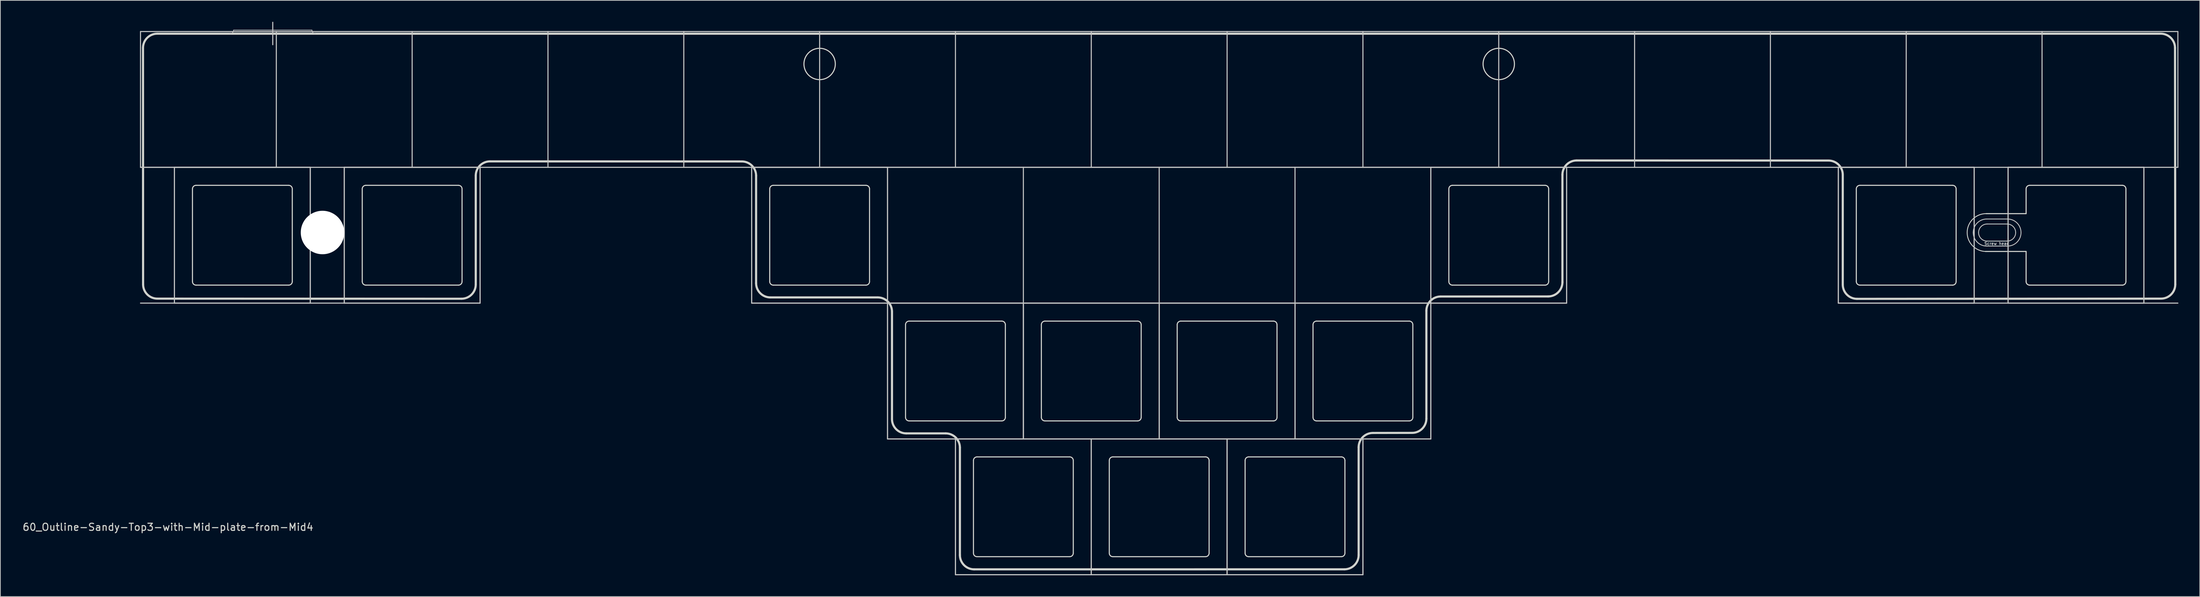
<source format=kicad_pcb>
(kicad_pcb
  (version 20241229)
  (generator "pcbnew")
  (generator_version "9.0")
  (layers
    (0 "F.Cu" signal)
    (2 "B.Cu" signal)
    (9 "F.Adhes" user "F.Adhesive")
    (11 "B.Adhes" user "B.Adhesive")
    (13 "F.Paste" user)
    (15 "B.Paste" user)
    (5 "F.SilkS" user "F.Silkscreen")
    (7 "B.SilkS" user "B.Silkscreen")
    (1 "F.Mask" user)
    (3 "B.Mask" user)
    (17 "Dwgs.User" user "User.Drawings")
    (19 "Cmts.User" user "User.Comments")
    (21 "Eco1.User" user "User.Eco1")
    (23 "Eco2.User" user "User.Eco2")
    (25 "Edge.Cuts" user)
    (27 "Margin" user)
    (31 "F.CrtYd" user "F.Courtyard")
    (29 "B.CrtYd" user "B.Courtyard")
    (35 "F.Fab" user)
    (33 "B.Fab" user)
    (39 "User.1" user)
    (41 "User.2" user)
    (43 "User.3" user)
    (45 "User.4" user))
  (footprint "60_Outline-Sandy-Top3-with-Mid-plate-from-Mid4"
    (layer "F.Cu")
    (at 159.531 39.475)
    (property "Reference" "60_Outline-Sandy-Top3-with-Mid-plate-from-Mid4" (at -139.025 31.425 0) (layer "Edge.Cuts") (effects (font (size 1 1) (thickness 0.15))))
    (attr through_hole)
    (fp_line (start -142.875 -38.1) (end -123.825 -38.1) (stroke (width 0.15) (type solid)) (layer "Dwgs.User"))
    (fp_line (start -142.875 -19.05) (end -142.875 -38.1) (stroke (width 0.15) (type solid)) (layer "Dwgs.User"))
    (fp_line (start -142.875 0) (end -114.3 0) (stroke (width 0.15) (type solid)) (layer "Dwgs.User"))
    (fp_line (start -138.113 -19.05) (end -119.062 -19.05) (stroke (width 0.15) (type solid)) (layer "Dwgs.User"))
    (fp_line (start -138.113 -19.05) (end -119.062 -19.05) (stroke (width 0.15) (type solid)) (layer "Dwgs.User"))
    (fp_line (start -138.113 0) (end -138.113 -19.05) (stroke (width 0.15) (type solid)) (layer "Dwgs.User"))
    (fp_line (start -138.113 0) (end -138.113 -19.05) (stroke (width 0.15) (type solid)) (layer "Dwgs.User"))
    (fp_line (start -129.825 -38.3) (end -118.825 -38.3) (stroke (width 0.1) (type solid)) (layer "Dwgs.User"))
    (fp_line (start -124.325 -39.4) (end -124.325 -36.25) (stroke (width 0.15) (type solid)) (layer "Dwgs.User"))
    (fp_line (start -123.825 -38.1) (end -123.825 -19.05) (stroke (width 0.15) (type solid)) (layer "Dwgs.User"))
    (fp_line (start -123.825 -38.1) (end -104.775 -38.1) (stroke (width 0.15) (type solid)) (layer "Dwgs.User"))
    (fp_line (start -123.825 -19.05) (end -142.875 -19.05) (stroke (width 0.15) (type solid)) (layer "Dwgs.User"))
    (fp_line (start -123.825 -19.05) (end -142.875 -19.05) (stroke (width 0.15) (type solid)) (layer "Dwgs.User"))
    (fp_line (start -119.062 -19.05) (end -119.062 0) (stroke (width 0.15) (type solid)) (layer "Dwgs.User"))
    (fp_line (start -119.062 -19.05) (end -119.062 0) (stroke (width 0.15) (type solid)) (layer "Dwgs.User"))
    (fp_line (start -119.062 0) (end -138.113 0) (stroke (width 0.15) (type solid)) (layer "Dwgs.User"))
    (fp_line (start -114.3 -19.05) (end -95.25 -19.05) (stroke (width 0.15) (type solid)) (layer "Dwgs.User"))
    (fp_line (start -114.3 -19.05) (end -95.25 -19.05) (stroke (width 0.15) (type solid)) (layer "Dwgs.User"))
    (fp_line (start -114.3 0) (end -114.3 -19.05) (stroke (width 0.15) (type solid)) (layer "Dwgs.User"))
    (fp_line (start -114.3 0) (end -114.3 -19.05) (stroke (width 0.15) (type solid)) (layer "Dwgs.User"))
    (fp_line (start -104.775 -38.1) (end -85.725 -38.1) (stroke (width 0.15) (type solid)) (layer "Dwgs.User"))
    (fp_line (start -104.775 -19.05) (end -123.825 -19.05) (stroke (width 0.15) (type solid)) (layer "Dwgs.User"))
    (fp_line (start -104.775 -19.05) (end -104.775 -38.1) (stroke (width 0.15) (type solid)) (layer "Dwgs.User"))
    (fp_line (start -95.25 -19.05) (end -95.25 0) (stroke (width 0.15) (type solid)) (layer "Dwgs.User"))
    (fp_line (start -95.25 -19.05) (end -95.25 0) (stroke (width 0.15) (type solid)) (layer "Dwgs.User"))
    (fp_line (start -95.25 0) (end -114.3 0) (stroke (width 0.15) (type solid)) (layer "Dwgs.User"))
    (fp_line (start -95.25 0) (end -114.3 0) (stroke (width 0.15) (type solid)) (layer "Dwgs.User"))
    (fp_line (start -85.725 -38.1) (end -85.725 -19.05) (stroke (width 0.15) (type solid)) (layer "Dwgs.User"))
    (fp_line (start -85.725 -38.1) (end -66.675 -38.1) (stroke (width 0.15) (type solid)) (layer "Dwgs.User"))
    (fp_line (start -85.725 -19.05) (end -104.775 -19.05) (stroke (width 0.15) (type solid)) (layer "Dwgs.User"))
    (fp_line (start -66.675 -38.1) (end -66.675 -19.05) (stroke (width 0.15) (type solid)) (layer "Dwgs.User"))
    (fp_line (start -66.675 -38.1) (end -47.625 -38.1) (stroke (width 0.15) (type solid)) (layer "Dwgs.User"))
    (fp_line (start -66.675 -19.05) (end -85.725 -19.05) (stroke (width 0.15) (type solid)) (layer "Dwgs.User"))
    (fp_line (start -57.15 -19.05) (end -38.1 -19.05) (stroke (width 0.15) (type solid)) (layer "Dwgs.User"))
    (fp_line (start -57.15 -19.05) (end -38.1 -19.05) (stroke (width 0.15) (type solid)) (layer "Dwgs.User"))
    (fp_line (start -57.15 0) (end -57.15 -19.05) (stroke (width 0.15) (type solid)) (layer "Dwgs.User"))
    (fp_line (start -57.15 0) (end -57.15 -19.05) (stroke (width 0.15) (type solid)) (layer "Dwgs.User"))
    (fp_line (start -47.625 -38.1) (end -28.575 -38.1) (stroke (width 0.15) (type solid)) (layer "Dwgs.User"))
    (fp_line (start -47.625 -19.05) (end -66.675 -19.05) (stroke (width 0.15) (type solid)) (layer "Dwgs.User"))
    (fp_line (start -47.625 -19.05) (end -47.625 -38.1) (stroke (width 0.15) (type solid)) (layer "Dwgs.User"))
    (fp_line (start -38.1 -19.05) (end -38.1 0) (stroke (width 0.15) (type solid)) (layer "Dwgs.User"))
    (fp_line (start -38.1 -19.05) (end -19.05 -19.05) (stroke (width 0.15) (type solid)) (layer "Dwgs.User"))
    (fp_line (start -38.1 0) (end -57.15 0) (stroke (width 0.15) (type solid)) (layer "Dwgs.User"))
    (fp_line (start -38.1 0) (end -57.15 0) (stroke (width 0.15) (type solid)) (layer "Dwgs.User"))
    (fp_line (start -38.1 0) (end -38.1 -19.05) (stroke (width 0.15) (type solid)) (layer "Dwgs.User"))
    (fp_line (start -38.1 0) (end -19.05 0) (stroke (width 0.15) (type solid)) (layer "Dwgs.User"))
    (fp_line (start -38.1 0) (end -19.05 0) (stroke (width 0.15) (type solid)) (layer "Dwgs.User"))
    (fp_line (start -38.1 19.05) (end -38.1 0) (stroke (width 0.15) (type solid)) (layer "Dwgs.User"))
    (fp_line (start -38.1 19.05) (end -38.1 0) (stroke (width 0.15) (type solid)) (layer "Dwgs.User"))
    (fp_line (start -28.575 -38.1) (end -9.525 -38.1) (stroke (width 0.15) (type solid)) (layer "Dwgs.User"))
    (fp_line (start -28.575 -19.05) (end -47.625 -19.05) (stroke (width 0.15) (type solid)) (layer "Dwgs.User"))
    (fp_line (start -28.575 -19.05) (end -28.575 -38.1) (stroke (width 0.15) (type solid)) (layer "Dwgs.User"))
    (fp_line (start -28.575 19.05) (end -9.525 19.05) (stroke (width 0.15) (type solid)) (layer "Dwgs.User"))
    (fp_line (start -28.575 19.05) (end -9.525 19.05) (stroke (width 0.15) (type solid)) (layer "Dwgs.User"))
    (fp_line (start -28.575 38.1) (end -28.575 19.05) (stroke (width 0.15) (type solid)) (layer "Dwgs.User"))
    (fp_line (start -28.575 38.1) (end -28.575 19.05) (stroke (width 0.15) (type solid)) (layer "Dwgs.User"))
    (fp_line (start -19.05 -19.05) (end -19.05 0) (stroke (width 0.15) (type solid)) (layer "Dwgs.User"))
    (fp_line (start -19.05 -19.05) (end 0 -19.05) (stroke (width 0.15) (type solid)) (layer "Dwgs.User"))
    (fp_line (start -19.05 0) (end -38.1 0) (stroke (width 0.15) (type solid)) (layer "Dwgs.User"))
    (fp_line (start -19.05 0) (end -19.05 19.05) (stroke (width 0.15) (type solid)) (layer "Dwgs.User"))
    (fp_line (start -19.05 0) (end 0 0) (stroke (width 0.15) (type solid)) (layer "Dwgs.User"))
    (fp_line (start -19.05 0) (end 0 0) (stroke (width 0.15) (type solid)) (layer "Dwgs.User"))
    (fp_line (start -19.05 19.05) (end -38.1 19.05) (stroke (width 0.15) (type solid)) (layer "Dwgs.User"))
    (fp_line (start -19.05 19.05) (end -38.1 19.05) (stroke (width 0.15) (type solid)) (layer "Dwgs.User"))
    (fp_line (start -19.05 19.05) (end -19.05 0) (stroke (width 0.15) (type solid)) (layer "Dwgs.User"))
    (fp_line (start -19.05 19.05) (end -19.05 0) (stroke (width 0.15) (type solid)) (layer "Dwgs.User"))
    (fp_line (start -9.525 -38.1) (end 9.525 -38.1) (stroke (width 0.15) (type solid)) (layer "Dwgs.User"))
    (fp_line (start -9.525 -19.05) (end -28.575 -19.05) (stroke (width 0.15) (type solid)) (layer "Dwgs.User"))
    (fp_line (start -9.525 -19.05) (end -9.525 -38.1) (stroke (width 0.15) (type solid)) (layer "Dwgs.User"))
    (fp_line (start -9.525 19.05) (end -9.525 38.1) (stroke (width 0.15) (type solid)) (layer "Dwgs.User"))
    (fp_line (start -9.525 19.05) (end 9.525 19.05) (stroke (width 0.15) (type solid)) (layer "Dwgs.User"))
    (fp_line (start -9.525 19.05) (end 9.525 19.05) (stroke (width 0.15) (type solid)) (layer "Dwgs.User"))
    (fp_line (start -9.525 38.1) (end -28.575 38.1) (stroke (width 0.15) (type solid)) (layer "Dwgs.User"))
    (fp_line (start -9.525 38.1) (end -28.575 38.1) (stroke (width 0.15) (type solid)) (layer "Dwgs.User"))
    (fp_line (start -9.525 38.1) (end -9.525 19.05) (stroke (width 0.15) (type solid)) (layer "Dwgs.User"))
    (fp_line (start -9.525 38.1) (end -9.525 19.05) (stroke (width 0.15) (type solid)) (layer "Dwgs.User"))
    (fp_line (start 0 -19.05) (end 0 0) (stroke (width 0.15) (type solid)) (layer "Dwgs.User"))
    (fp_line (start 0 -19.05) (end 19.05 -19.05) (stroke (width 0.15) (type solid)) (layer "Dwgs.User"))
    (fp_line (start 0 0) (end -19.05 0) (stroke (width 0.15) (type solid)) (layer "Dwgs.User"))
    (fp_line (start 0 0) (end 0 19.05) (stroke (width 0.15) (type solid)) (layer "Dwgs.User"))
    (fp_line (start 0 0) (end 19.05 0) (stroke (width 0.15) (type solid)) (layer "Dwgs.User"))
    (fp_line (start 0 0) (end 19.05 0) (stroke (width 0.15) (type solid)) (layer "Dwgs.User"))
    (fp_line (start 0 19.05) (end -19.05 19.05) (stroke (width 0.15) (type solid)) (layer "Dwgs.User"))
    (fp_line (start 0 19.05) (end -19.05 19.05) (stroke (width 0.15) (type solid)) (layer "Dwgs.User"))
    (fp_line (start 0 19.05) (end 0 0) (stroke (width 0.15) (type solid)) (layer "Dwgs.User"))
    (fp_line (start 0 19.05) (end 0 0) (stroke (width 0.15) (type solid)) (layer "Dwgs.User"))
    (fp_line (start 9.525 -38.1) (end 28.575 -38.1) (stroke (width 0.15) (type solid)) (layer "Dwgs.User"))
    (fp_line (start 9.525 -19.05) (end -9.525 -19.05) (stroke (width 0.15) (type solid)) (layer "Dwgs.User"))
    (fp_line (start 9.525 -19.05) (end 9.525 -38.1) (stroke (width 0.15) (type solid)) (layer "Dwgs.User"))
    (fp_line (start 9.525 19.05) (end 9.525 38.1) (stroke (width 0.15) (type solid)) (layer "Dwgs.User"))
    (fp_line (start 9.525 19.05) (end 28.575 19.05) (stroke (width 0.15) (type solid)) (layer "Dwgs.User"))
    (fp_line (start 9.525 19.05) (end 28.575 19.05) (stroke (width 0.15) (type solid)) (layer "Dwgs.User"))
    (fp_line (start 9.525 38.1) (end -9.525 38.1) (stroke (width 0.15) (type solid)) (layer "Dwgs.User"))
    (fp_line (start 9.525 38.1) (end -9.525 38.1) (stroke (width 0.15) (type solid)) (layer "Dwgs.User"))
    (fp_line (start 9.525 38.1) (end 9.525 19.05) (stroke (width 0.15) (type solid)) (layer "Dwgs.User"))
    (fp_line (start 9.525 38.1) (end 9.525 19.05) (stroke (width 0.15) (type solid)) (layer "Dwgs.User"))
    (fp_line (start 19.05 -19.05) (end 38.1 -19.05) (stroke (width 0.15) (type solid)) (layer "Dwgs.User"))
    (fp_line (start 19.05 0) (end 0 0) (stroke (width 0.15) (type solid)) (layer "Dwgs.User"))
    (fp_line (start 19.05 0) (end 19.05 -19.05) (stroke (width 0.15) (type solid)) (layer "Dwgs.User"))
    (fp_line (start 19.05 0) (end 19.05 19.05) (stroke (width 0.15) (type solid)) (layer "Dwgs.User"))
    (fp_line (start 19.05 0) (end 38.1 0) (stroke (width 0.15) (type solid)) (layer "Dwgs.User"))
    (fp_line (start 19.05 0) (end 38.1 0) (stroke (width 0.15) (type solid)) (layer "Dwgs.User"))
    (fp_line (start 19.05 19.05) (end 0 19.05) (stroke (width 0.15) (type solid)) (layer "Dwgs.User"))
    (fp_line (start 19.05 19.05) (end 0 19.05) (stroke (width 0.15) (type solid)) (layer "Dwgs.User"))
    (fp_line (start 19.05 19.05) (end 19.05 0) (stroke (width 0.15) (type solid)) (layer "Dwgs.User"))
    (fp_line (start 19.05 19.05) (end 19.05 0) (stroke (width 0.15) (type solid)) (layer "Dwgs.User"))
    (fp_line (start 28.575 -38.1) (end 47.625 -38.1) (stroke (width 0.15) (type solid)) (layer "Dwgs.User"))
    (fp_line (start 28.575 -19.05) (end 9.525 -19.05) (stroke (width 0.15) (type solid)) (layer "Dwgs.User"))
    (fp_line (start 28.575 -19.05) (end 28.575 -38.1) (stroke (width 0.15) (type solid)) (layer "Dwgs.User"))
    (fp_line (start 28.575 19.05) (end 28.575 38.1) (stroke (width 0.15) (type solid)) (layer "Dwgs.User"))
    (fp_line (start 28.575 19.05) (end 28.575 38.1) (stroke (width 0.15) (type solid)) (layer "Dwgs.User"))
    (fp_line (start 28.575 38.1) (end 9.525 38.1) (stroke (width 0.15) (type solid)) (layer "Dwgs.User"))
    (fp_line (start 28.575 38.1) (end 9.525 38.1) (stroke (width 0.15) (type solid)) (layer "Dwgs.User"))
    (fp_line (start 38.1 -19.05) (end 38.1 0) (stroke (width 0.15) (type solid)) (layer "Dwgs.User"))
    (fp_line (start 38.1 -19.05) (end 57.15 -19.05) (stroke (width 0.15) (type solid)) (layer "Dwgs.User"))
    (fp_line (start 38.1 -19.05) (end 57.15 -19.05) (stroke (width 0.15) (type solid)) (layer "Dwgs.User"))
    (fp_line (start 38.1 0) (end 19.05 0) (stroke (width 0.15) (type solid)) (layer "Dwgs.User"))
    (fp_line (start 38.1 0) (end 38.1 -19.05) (stroke (width 0.15) (type solid)) (layer "Dwgs.User"))
    (fp_line (start 38.1 0) (end 38.1 19.05) (stroke (width 0.15) (type solid)) (layer "Dwgs.User"))
    (fp_line (start 38.1 0) (end 38.1 19.05) (stroke (width 0.15) (type solid)) (layer "Dwgs.User"))
    (fp_line (start 38.1 19.05) (end 19.05 19.05) (stroke (width 0.15) (type solid)) (layer "Dwgs.User"))
    (fp_line (start 38.1 19.05) (end 19.05 19.05) (stroke (width 0.15) (type solid)) (layer "Dwgs.User"))
    (fp_line (start 47.625 -38.1) (end 66.675 -38.1) (stroke (width 0.15) (type solid)) (layer "Dwgs.User"))
    (fp_line (start 47.625 -19.05) (end 28.575 -19.05) (stroke (width 0.15) (type solid)) (layer "Dwgs.User"))
    (fp_line (start 47.625 -19.05) (end 47.625 -38.1) (stroke (width 0.15) (type solid)) (layer "Dwgs.User"))
    (fp_line (start 57.15 -19.05) (end 57.15 0) (stroke (width 0.15) (type solid)) (layer "Dwgs.User"))
    (fp_line (start 57.15 -19.05) (end 57.15 0) (stroke (width 0.15) (type solid)) (layer "Dwgs.User"))
    (fp_line (start 57.15 0) (end 38.1 0) (stroke (width 0.15) (type solid)) (layer "Dwgs.User"))
    (fp_line (start 57.15 0) (end 38.1 0) (stroke (width 0.15) (type solid)) (layer "Dwgs.User"))
    (fp_line (start 66.675 -38.1) (end 85.725 -38.1) (stroke (width 0.15) (type solid)) (layer "Dwgs.User"))
    (fp_line (start 66.675 -19.05) (end 47.625 -19.05) (stroke (width 0.15) (type solid)) (layer "Dwgs.User"))
    (fp_line (start 66.675 -19.05) (end 66.675 -38.1) (stroke (width 0.15) (type solid)) (layer "Dwgs.User"))
    (fp_line (start 85.725 -38.1) (end 85.725 -19.05) (stroke (width 0.15) (type solid)) (layer "Dwgs.User"))
    (fp_line (start 85.725 -38.1) (end 104.775 -38.1) (stroke (width 0.15) (type solid)) (layer "Dwgs.User"))
    (fp_line (start 85.725 -19.05) (end 66.675 -19.05) (stroke (width 0.15) (type solid)) (layer "Dwgs.User"))
    (fp_line (start 95.25 -19.05) (end 114.3 -19.05) (stroke (width 0.15) (type solid)) (layer "Dwgs.User"))
    (fp_line (start 95.25 -19.05) (end 114.3 -19.05) (stroke (width 0.15) (type solid)) (layer "Dwgs.User"))
    (fp_line (start 95.25 0) (end 95.25 -19.05) (stroke (width 0.15) (type solid)) (layer "Dwgs.User"))
    (fp_line (start 95.25 0) (end 95.25 -19.05) (stroke (width 0.15) (type solid)) (layer "Dwgs.User"))
    (fp_line (start 104.775 -38.1) (end 104.775 -19.05) (stroke (width 0.15) (type solid)) (layer "Dwgs.User"))
    (fp_line (start 104.775 -38.1) (end 123.825 -38.1) (stroke (width 0.15) (type solid)) (layer "Dwgs.User"))
    (fp_line (start 104.775 -19.05) (end 85.725 -19.05) (stroke (width 0.15) (type solid)) (layer "Dwgs.User"))
    (fp_line (start 114.3 -19.05) (end 114.3 0) (stroke (width 0.15) (type solid)) (layer "Dwgs.User"))
    (fp_line (start 114.3 -19.05) (end 114.3 0) (stroke (width 0.15) (type solid)) (layer "Dwgs.User"))
    (fp_line (start 114.3 0) (end 95.25 0) (stroke (width 0.15) (type solid)) (layer "Dwgs.User"))
    (fp_line (start 114.3 0) (end 95.25 0) (stroke (width 0.15) (type solid)) (layer "Dwgs.User"))
    (fp_line (start 114.3 0) (end 142.875 0) (stroke (width 0.15) (type solid)) (layer "Dwgs.User"))
    (fp_line (start 116.075 -11.8) (end 118.975 -11.8) (stroke (width 0.12) (type solid)) (layer "Dwgs.User"))
    (fp_line (start 116.075 -8) (end 118.975 -8) (stroke (width 0.12) (type solid)) (layer "Dwgs.User"))
    (fp_line (start 116.123 -11.099) (end 118.923 -11.099) (stroke (width 0.12) (type solid)) (layer "Dwgs.User"))
    (fp_line (start 118.923 -8.699) (end 116.123 -8.699) (stroke (width 0.12) (type solid)) (layer "Dwgs.User"))
    (fp_line (start 119.062 -19.05) (end 138.113 -19.05) (stroke (width 0.15) (type solid)) (layer "Dwgs.User"))
    (fp_line (start 119.062 -19.05) (end 138.113 -19.05) (stroke (width 0.15) (type solid)) (layer "Dwgs.User"))
    (fp_line (start 119.062 0) (end 119.062 -19.05) (stroke (width 0.15) (type solid)) (layer "Dwgs.User"))
    (fp_line (start 119.062 0) (end 119.062 -19.05) (stroke (width 0.15) (type solid)) (layer "Dwgs.User"))
    (fp_line (start 123.825 -38.1) (end 123.825 -19.05) (stroke (width 0.15) (type solid)) (layer "Dwgs.User"))
    (fp_line (start 123.825 -38.1) (end 142.875 -38.1) (stroke (width 0.15) (type solid)) (layer "Dwgs.User"))
    (fp_line (start 123.825 -19.05) (end 104.775 -19.05) (stroke (width 0.15) (type solid)) (layer "Dwgs.User"))
    (fp_line (start 138.113 -19.05) (end 138.113 0) (stroke (width 0.15) (type solid)) (layer "Dwgs.User"))
    (fp_line (start 138.113 -19.05) (end 138.113 0) (stroke (width 0.15) (type solid)) (layer "Dwgs.User"))
    (fp_line (start 138.113 0) (end 119.062 0) (stroke (width 0.15) (type solid)) (layer "Dwgs.User"))
    (fp_line (start 142.875 -38.1) (end 142.875 -19.05) (stroke (width 0.15) (type solid)) (layer "Dwgs.User"))
    (fp_line (start 142.875 -19.05) (end 123.825 -19.05) (stroke (width 0.15) (type solid)) (layer "Dwgs.User"))
    (fp_arc (start -129.825 -38.30004) (mid -129.971447 -37.946487) (end -130.325 -37.80004) (stroke (width 0.1) (type solid)) (layer "Dwgs.User"))
    (fp_arc (start -118.325 -37.80004) (mid -118.678553 -37.946487) (end -118.825 -38.30004) (stroke (width 0.1) (type solid)) (layer "Dwgs.User"))
    (fp_arc (start 114.175 -9.90004) (mid 114.731494 -11.243549) (end 116.075 -11.80004) (stroke (width 0.12) (type solid)) (layer "Dwgs.User"))
    (fp_arc (start 114.923491 -9.898554) (mid 115.274993 -10.747053) (end 116.123491 -11.098554) (stroke (width 0.12) (type solid)) (layer "Dwgs.User"))
    (fp_arc (start 116.075 -8.00004) (mid 114.731464 -8.556507) (end 114.175 -9.90004) (stroke (width 0.12) (type solid)) (layer "Dwgs.User"))
    (fp_arc (start 116.123491 -8.698554) (mid 115.274999 -9.050059) (end 114.923491 -9.898554) (stroke (width 0.12) (type solid)) (layer "Dwgs.User"))
    (fp_arc (start 118.923491 -11.098554) (mid 119.772056 -10.747115) (end 120.123491 -9.898554) (stroke (width 0.12) (type solid)) (layer "Dwgs.User"))
    (fp_arc (start 118.975 -11.80004) (mid 120.31847 -11.243513) (end 120.875 -9.90004) (stroke (width 0.12) (type solid)) (layer "Dwgs.User"))
    (fp_arc (start 120.123491 -9.898554) (mid 119.772049 -9.049997) (end 118.923491 -8.698554) (stroke (width 0.12) (type solid)) (layer "Dwgs.User"))
    (fp_arc (start 120.875 -9.90004) (mid 120.318499 -8.556544) (end 118.975 -8.00004) (stroke (width 0.12) (type solid)) (layer "Dwgs.User"))
    (fp_circle (center -117.325 -9.9) (end -116.025 -9.9) (stroke (width 0.15) (type solid)) (fill no) (layer "Eco1.User"))
    (fp_circle (center -117.325 -9.9) (end -114.925 -9.9) (stroke (width 0.15) (type solid)) (fill no) (layer "Eco1.User"))
    (fp_line (start -142.511 -2.628) (end -142.525 -35.8) (stroke (width 0.3) (type solid)) (layer "Edge.Cuts"))
    (fp_line (start -140.511 -0.628) (end -97.855 -0.614) (stroke (width 0.3) (type solid)) (layer "Edge.Cuts"))
    (fp_line (start -135.588 -16.025) (end -135.588 -3.025) (stroke (width 0.15) (type solid)) (layer "Edge.Cuts"))
    (fp_line (start -135.088 -16.525) (end -122.088 -16.525) (stroke (width 0.15) (type solid)) (layer "Edge.Cuts"))
    (fp_line (start -135.088 -2.525) (end -122.088 -2.525) (stroke (width 0.15) (type solid)) (layer "Edge.Cuts"))
    (fp_line (start -121.588 -3.025) (end -121.588 -16.025) (stroke (width 0.15) (type solid)) (layer "Edge.Cuts"))
    (fp_line (start -111.775 -16.025) (end -111.775 -3.025) (stroke (width 0.15) (type solid)) (layer "Edge.Cuts"))
    (fp_line (start -111.275 -16.525) (end -98.275 -16.525) (stroke (width 0.15) (type solid)) (layer "Edge.Cuts"))
    (fp_line (start -111.275 -2.525) (end -98.275 -2.525) (stroke (width 0.15) (type solid)) (layer "Edge.Cuts"))
    (fp_line (start -97.775 -3.025) (end -97.775 -16.025) (stroke (width 0.15) (type solid)) (layer "Edge.Cuts"))
    (fp_line (start -95.855 -2.614) (end -95.855 -17.886) (stroke (width 0.3) (type solid)) (layer "Edge.Cuts"))
    (fp_line (start -93.855 -19.886) (end -58.535 -19.875) (stroke (width 0.3) (type solid)) (layer "Edge.Cuts"))
    (fp_line (start -56.535 -2.8) (end -56.535 -17.875) (stroke (width 0.3) (type solid)) (layer "Edge.Cuts"))
    (fp_line (start -54.625 -16.025) (end -54.625 -3.025) (stroke (width 0.15) (type solid)) (layer "Edge.Cuts"))
    (fp_line (start -54.535 -0.8) (end -39.475 -0.8) (stroke (width 0.3) (type solid)) (layer "Edge.Cuts"))
    (fp_line (start -54.125 -16.525) (end -41.125 -16.525) (stroke (width 0.15) (type solid)) (layer "Edge.Cuts"))
    (fp_line (start -54.125 -2.525) (end -41.125 -2.525) (stroke (width 0.15) (type solid)) (layer "Edge.Cuts"))
    (fp_line (start -40.625 -3.025) (end -40.625 -16.025) (stroke (width 0.15) (type solid)) (layer "Edge.Cuts"))
    (fp_line (start -37.475 16.275) (end -37.475 1.2) (stroke (width 0.3) (type solid)) (layer "Edge.Cuts"))
    (fp_line (start -35.575 3.025) (end -35.575 16.025) (stroke (width 0.15) (type solid)) (layer "Edge.Cuts"))
    (fp_line (start -35.475 18.275) (end -29.95 18.275) (stroke (width 0.3) (type solid)) (layer "Edge.Cuts"))
    (fp_line (start -35.075 2.525) (end -22.075 2.525) (stroke (width 0.15) (type solid)) (layer "Edge.Cuts"))
    (fp_line (start -35.075 16.525) (end -22.075 16.525) (stroke (width 0.15) (type solid)) (layer "Edge.Cuts"))
    (fp_line (start -27.95 35.35) (end -27.95 20.275) (stroke (width 0.3) (type solid)) (layer "Edge.Cuts"))
    (fp_line (start -26.05 22.075) (end -26.05 35.075) (stroke (width 0.15) (type solid)) (layer "Edge.Cuts"))
    (fp_line (start -25.95 37.35) (end 25.975 37.346) (stroke (width 0.3) (type solid)) (layer "Edge.Cuts"))
    (fp_line (start -25.55 21.575) (end -12.55 21.575) (stroke (width 0.15) (type solid)) (layer "Edge.Cuts"))
    (fp_line (start -25.55 35.575) (end -12.55 35.575) (stroke (width 0.15) (type solid)) (layer "Edge.Cuts"))
    (fp_line (start -21.575 16.025) (end -21.575 3.025) (stroke (width 0.15) (type solid)) (layer "Edge.Cuts"))
    (fp_line (start -16.525 3.025) (end -16.525 16.025) (stroke (width 0.15) (type solid)) (layer "Edge.Cuts"))
    (fp_line (start -16.025 2.525) (end -3.025 2.525) (stroke (width 0.15) (type solid)) (layer "Edge.Cuts"))
    (fp_line (start -16.025 16.525) (end -3.025 16.525) (stroke (width 0.15) (type solid)) (layer "Edge.Cuts"))
    (fp_line (start -12.05 35.075) (end -12.05 22.075) (stroke (width 0.15) (type solid)) (layer "Edge.Cuts"))
    (fp_line (start -7 22.075) (end -7 35.075) (stroke (width 0.15) (type solid)) (layer "Edge.Cuts"))
    (fp_line (start -6.5 21.575) (end 6.5 21.575) (stroke (width 0.15) (type solid)) (layer "Edge.Cuts"))
    (fp_line (start -6.5 35.575) (end 6.5 35.575) (stroke (width 0.15) (type solid)) (layer "Edge.Cuts"))
    (fp_line (start -2.525 16.025) (end -2.525 3.025) (stroke (width 0.15) (type solid)) (layer "Edge.Cuts"))
    (fp_line (start 2.525 3.025) (end 2.525 16.025) (stroke (width 0.15) (type solid)) (layer "Edge.Cuts"))
    (fp_line (start 3.025 2.525) (end 16.025 2.525) (stroke (width 0.15) (type solid)) (layer "Edge.Cuts"))
    (fp_line (start 3.025 16.525) (end 16.025 16.525) (stroke (width 0.15) (type solid)) (layer "Edge.Cuts"))
    (fp_line (start 7 35.075) (end 7 22.075) (stroke (width 0.15) (type solid)) (layer "Edge.Cuts"))
    (fp_line (start 12.05 22.075) (end 12.05 35.075) (stroke (width 0.15) (type solid)) (layer "Edge.Cuts"))
    (fp_line (start 12.55 21.575) (end 25.55 21.575) (stroke (width 0.15) (type solid)) (layer "Edge.Cuts"))
    (fp_line (start 12.55 35.575) (end 25.55 35.575) (stroke (width 0.15) (type solid)) (layer "Edge.Cuts"))
    (fp_line (start 16.525 16.025) (end 16.525 3.025) (stroke (width 0.15) (type solid)) (layer "Edge.Cuts"))
    (fp_line (start 21.575 3.025) (end 21.575 16.025) (stroke (width 0.15) (type solid)) (layer "Edge.Cuts"))
    (fp_line (start 22.075 2.525) (end 35.075 2.525) (stroke (width 0.15) (type solid)) (layer "Edge.Cuts"))
    (fp_line (start 22.075 16.525) (end 35.075 16.525) (stroke (width 0.15) (type solid)) (layer "Edge.Cuts"))
    (fp_line (start 26.05 35.075) (end 26.05 22.075) (stroke (width 0.15) (type solid)) (layer "Edge.Cuts"))
    (fp_line (start 27.975 35.346) (end 27.975 20.214) (stroke (width 0.3) (type solid)) (layer "Edge.Cuts"))
    (fp_line (start 29.975 18.214) (end 35.475 18.204) (stroke (width 0.3) (type solid)) (layer "Edge.Cuts"))
    (fp_line (start 35.575 16.025) (end 35.575 3.025) (stroke (width 0.15) (type solid)) (layer "Edge.Cuts"))
    (fp_line (start 37.475 16.204) (end 37.475 1.073) (stroke (width 0.3) (type solid)) (layer "Edge.Cuts"))
    (fp_line (start 39.475 -0.927) (end 54.555 -0.937) (stroke (width 0.3) (type solid)) (layer "Edge.Cuts"))
    (fp_line (start 40.625 -16.025) (end 40.625 -3.025) (stroke (width 0.15) (type solid)) (layer "Edge.Cuts"))
    (fp_line (start 41.125 -16.525) (end 54.125 -16.525) (stroke (width 0.15) (type solid)) (layer "Edge.Cuts"))
    (fp_line (start 41.125 -2.525) (end 54.125 -2.525) (stroke (width 0.15) (type solid)) (layer "Edge.Cuts"))
    (fp_line (start 54.625 -3.025) (end 54.625 -16.025) (stroke (width 0.15) (type solid)) (layer "Edge.Cuts"))
    (fp_line (start 56.555 -2.937) (end 56.555 -18.012) (stroke (width 0.3) (type solid)) (layer "Edge.Cuts"))
    (fp_line (start 58.555 -20.012) (end 93.875 -20.002) (stroke (width 0.3) (type solid)) (layer "Edge.Cuts"))
    (fp_line (start 95.875 -2.6) (end 95.875 -18.002) (stroke (width 0.3) (type solid)) (layer "Edge.Cuts"))
    (fp_line (start 97.775 -16.025) (end 97.775 -3.025) (stroke (width 0.15) (type solid)) (layer "Edge.Cuts"))
    (fp_line (start 98.275 -16.525) (end 111.275 -16.525) (stroke (width 0.15) (type solid)) (layer "Edge.Cuts"))
    (fp_line (start 98.275 -2.525) (end 111.275 -2.525) (stroke (width 0.15) (type solid)) (layer "Edge.Cuts"))
    (fp_line (start 111.775 -3.025) (end 111.775 -16.025) (stroke (width 0.15) (type solid)) (layer "Edge.Cuts"))
    (fp_line (start 115.875 -7.248) (end 121.588 -7.248) (stroke (width 0.15) (type solid)) (layer "Edge.Cuts"))
    (fp_line (start 115.975 -12.55) (end 121.588 -12.55) (stroke (width 0.15) (type solid)) (layer "Edge.Cuts"))
    (fp_line (start 121.588 -16.025) (end 121.588 -12.55) (stroke (width 0.15) (type solid)) (layer "Edge.Cuts"))
    (fp_line (start 121.588 -7.248) (end 121.588 -3.025) (stroke (width 0.15) (type solid)) (layer "Edge.Cuts"))
    (fp_line (start 122.088 -16.525) (end 135.088 -16.525) (stroke (width 0.15) (type solid)) (layer "Edge.Cuts"))
    (fp_line (start 122.088 -2.525) (end 135.088 -2.525) (stroke (width 0.15) (type solid)) (layer "Edge.Cuts"))
    (fp_line (start 135.588 -3.025) (end 135.588 -16.025) (stroke (width 0.15) (type solid)) (layer "Edge.Cuts"))
    (fp_line (start 140.475 -37.8) (end -140.525 -37.8) (stroke (width 0.3) (type solid)) (layer "Edge.Cuts"))
    (fp_line (start 140.511 -0.628) (end 97.875 -0.6) (stroke (width 0.3) (type solid)) (layer "Edge.Cuts"))
    (fp_line (start 142.511 -2.628) (end 142.475 -35.8) (stroke (width 0.3) (type solid)) (layer "Edge.Cuts"))
    (fp_arc (start -142.525 -35.80004) (mid -141.939214 -37.214254) (end -140.525 -37.80004) (stroke (width 0.3) (type solid)) (layer "Edge.Cuts"))
    (fp_arc (start -140.510786 -0.628468) (mid -141.925 -1.214254) (end -142.510786 -2.628468) (stroke (width 0.3) (type solid)) (layer "Edge.Cuts"))
    (fp_arc (start -135.5875 -16.025) (mid -135.441053 -16.378553) (end -135.0875 -16.525) (stroke (width 0.15) (type solid)) (layer "Edge.Cuts"))
    (fp_arc (start -135.0875 -2.525) (mid -135.441053 -2.671447) (end -135.5875 -3.025) (stroke (width 0.15) (type solid)) (layer "Edge.Cuts"))
    (fp_arc (start -122.0875 -16.525) (mid -121.733947 -16.378553) (end -121.5875 -16.025) (stroke (width 0.15) (type solid)) (layer "Edge.Cuts"))
    (fp_arc (start -121.5875 -3.025) (mid -121.733947 -2.671447) (end -122.0875 -2.525) (stroke (width 0.15) (type solid)) (layer "Edge.Cuts"))
    (fp_arc (start -111.775 -16.025) (mid -111.628553 -16.378553) (end -111.275 -16.525) (stroke (width 0.15) (type solid)) (layer "Edge.Cuts"))
    (fp_arc (start -111.275 -2.525) (mid -111.628553 -2.671447) (end -111.775 -3.025) (stroke (width 0.15) (type solid)) (layer "Edge.Cuts"))
    (fp_arc (start -98.275 -16.525) (mid -97.921447 -16.378553) (end -97.775 -16.025) (stroke (width 0.15) (type solid)) (layer "Edge.Cuts"))
    (fp_arc (start -97.775 -3.025) (mid -97.921447 -2.671447) (end -98.275 -2.525) (stroke (width 0.15) (type solid)) (layer "Edge.Cuts"))
    (fp_arc (start -95.855 -17.885826) (mid -95.269214 -19.30004) (end -93.855 -19.885826) (stroke (width 0.3) (type solid)) (layer "Edge.Cuts"))
    (fp_arc (start -95.855 -2.614254) (mid -96.440786 -1.20004) (end -97.855 -0.614254) (stroke (width 0.3) (type solid)) (layer "Edge.Cuts"))
    (fp_arc (start -58.535 -19.87504) (mid -57.120786 -19.289254) (end -56.535 -17.87504) (stroke (width 0.3) (type solid)) (layer "Edge.Cuts"))
    (fp_arc (start -54.625 -16.025) (mid -54.478553 -16.378553) (end -54.125 -16.525) (stroke (width 0.15) (type solid)) (layer "Edge.Cuts"))
    (fp_arc (start -54.535 -0.80004) (mid -55.949214 -1.385826) (end -56.535 -2.80004) (stroke (width 0.3) (type solid)) (layer "Edge.Cuts"))
    (fp_arc (start -54.125 -2.525) (mid -54.478553 -2.671447) (end -54.625 -3.025) (stroke (width 0.15) (type solid)) (layer "Edge.Cuts"))
    (fp_arc (start -41.125 -16.525) (mid -40.771447 -16.378553) (end -40.625 -16.025) (stroke (width 0.15) (type solid)) (layer "Edge.Cuts"))
    (fp_arc (start -40.625 -3.025) (mid -40.771447 -2.671447) (end -41.125 -2.525) (stroke (width 0.15) (type solid)) (layer "Edge.Cuts"))
    (fp_arc (start -39.475 -0.80004) (mid -38.060786 -0.214254) (end -37.475 1.19996) (stroke (width 0.3) (type solid)) (layer "Edge.Cuts"))
    (fp_arc (start -35.575 3.025) (mid -35.428553 2.671447) (end -35.075 2.525) (stroke (width 0.15) (type solid)) (layer "Edge.Cuts"))
    (fp_arc (start -35.475 18.27496) (mid -36.889214 17.689174) (end -37.475 16.27496) (stroke (width 0.3) (type solid)) (layer "Edge.Cuts"))
    (fp_arc (start -35.075 16.525) (mid -35.428553 16.378553) (end -35.575 16.025) (stroke (width 0.15) (type solid)) (layer "Edge.Cuts"))
    (fp_arc (start -29.95 18.27496) (mid -28.535786 18.860746) (end -27.95 20.27496) (stroke (width 0.3) (type solid)) (layer "Edge.Cuts"))
    (fp_arc (start -26.05 22.075) (mid -25.903553 21.721447) (end -25.55 21.575) (stroke (width 0.15) (type solid)) (layer "Edge.Cuts"))
    (fp_arc (start -25.95 37.34996) (mid -27.364214 36.764174) (end -27.95 35.34996) (stroke (width 0.3) (type solid)) (layer "Edge.Cuts"))
    (fp_arc (start -25.55 35.575) (mid -25.903553 35.428553) (end -26.05 35.075) (stroke (width 0.15) (type solid)) (layer "Edge.Cuts"))
    (fp_arc (start -22.075 2.525) (mid -21.721447 2.671447) (end -21.575 3.025) (stroke (width 0.15) (type solid)) (layer "Edge.Cuts"))
    (fp_arc (start -21.575 16.025) (mid -21.721447 16.378553) (end -22.075 16.525) (stroke (width 0.15) (type solid)) (layer "Edge.Cuts"))
    (fp_arc (start -16.525 3.025) (mid -16.378553 2.671447) (end -16.025 2.525) (stroke (width 0.15) (type solid)) (layer "Edge.Cuts"))
    (fp_arc (start -16.025 16.525) (mid -16.378553 16.378553) (end -16.525 16.025) (stroke (width 0.15) (type solid)) (layer "Edge.Cuts"))
    (fp_arc (start -12.55 21.575) (mid -12.196447 21.721447) (end -12.05 22.075) (stroke (width 0.15) (type solid)) (layer "Edge.Cuts"))
    (fp_arc (start -12.05 35.075) (mid -12.196447 35.428553) (end -12.55 35.575) (stroke (width 0.15) (type solid)) (layer "Edge.Cuts"))
    (fp_arc (start -7 22.075) (mid -6.853553 21.721447) (end -6.5 21.575) (stroke (width 0.15) (type solid)) (layer "Edge.Cuts"))
    (fp_arc (start -6.5 35.575) (mid -6.853553 35.428553) (end -7 35.075) (stroke (width 0.15) (type solid)) (layer "Edge.Cuts"))
    (fp_arc (start -3.025 2.525) (mid -2.671447 2.671447) (end -2.525 3.025) (stroke (width 0.15) (type solid)) (layer "Edge.Cuts"))
    (fp_arc (start -2.525 16.025) (mid -2.671447 16.378553) (end -3.025 16.525) (stroke (width 0.15) (type solid)) (layer "Edge.Cuts"))
    (fp_arc (start 2.525 3.025) (mid 2.671447 2.671447) (end 3.025 2.525) (stroke (width 0.15) (type solid)) (layer "Edge.Cuts"))
    (fp_arc (start 3.025 16.525) (mid 2.671447 16.378553) (end 2.525 16.025) (stroke (width 0.15) (type solid)) (layer "Edge.Cuts"))
    (fp_arc (start 6.5 21.575) (mid 6.853553 21.721447) (end 7 22.075) (stroke (width 0.15) (type solid)) (layer "Edge.Cuts"))
    (fp_arc (start 7 35.075) (mid 6.853553 35.428553) (end 6.5 35.575) (stroke (width 0.15) (type solid)) (layer "Edge.Cuts"))
    (fp_arc (start 12.05 22.075) (mid 12.196447 21.721447) (end 12.55 21.575) (stroke (width 0.15) (type solid)) (layer "Edge.Cuts"))
    (fp_arc (start 12.55 35.575) (mid 12.196447 35.428553) (end 12.05 35.075) (stroke (width 0.15) (type solid)) (layer "Edge.Cuts"))
    (fp_arc (start 16.025 2.525) (mid 16.378553 2.671447) (end 16.525 3.025) (stroke (width 0.15) (type solid)) (layer "Edge.Cuts"))
    (fp_arc (start 16.525 16.025) (mid 16.378553 16.378553) (end 16.025 16.525) (stroke (width 0.15) (type solid)) (layer "Edge.Cuts"))
    (fp_arc (start 21.575 3.025) (mid 21.721447 2.671447) (end 22.075 2.525) (stroke (width 0.15) (type solid)) (layer "Edge.Cuts"))
    (fp_arc (start 22.075 16.525) (mid 21.721447 16.378553) (end 21.575 16.025) (stroke (width 0.15) (type solid)) (layer "Edge.Cuts"))
    (fp_arc (start 25.55 21.575) (mid 25.903553 21.721447) (end 26.05 22.075) (stroke (width 0.15) (type solid)) (layer "Edge.Cuts"))
    (fp_arc (start 26.05 35.075) (mid 25.903553 35.428553) (end 25.55 35.575) (stroke (width 0.15) (type solid)) (layer "Edge.Cuts"))
    (fp_arc (start 27.975 20.214174) (mid 28.560767 18.79994) (end 29.975 18.214174) (stroke (width 0.3) (type solid)) (layer "Edge.Cuts"))
    (fp_arc (start 27.975 35.345746) (mid 27.389238 36.759986) (end 25.975 37.345746) (stroke (width 0.3) (type solid)) (layer "Edge.Cuts"))
    (fp_arc (start 35.075 2.525) (mid 35.428553 2.671447) (end 35.575 3.025) (stroke (width 0.15) (type solid)) (layer "Edge.Cuts"))
    (fp_arc (start 35.575 16.025) (mid 35.428553 16.378553) (end 35.075 16.525) (stroke (width 0.15) (type solid)) (layer "Edge.Cuts"))
    (fp_arc (start 37.475 1.072602) (mid 38.060783 -0.341616) (end 39.475 -0.927398) (stroke (width 0.3) (type solid)) (layer "Edge.Cuts"))
    (fp_arc (start 37.475 16.204174) (mid 36.889195 17.618371) (end 35.475 18.204174) (stroke (width 0.3) (type solid)) (layer "Edge.Cuts"))
    (fp_arc (start 40.625 -16.025) (mid 40.771447 -16.378553) (end 41.125 -16.525) (stroke (width 0.15) (type solid)) (layer "Edge.Cuts"))
    (fp_arc (start 41.125 -2.525) (mid 40.771447 -2.671447) (end 40.625 -3.025) (stroke (width 0.15) (type solid)) (layer "Edge.Cuts"))
    (fp_arc (start 54.125 -16.525) (mid 54.478553 -16.378553) (end 54.625 -16.025) (stroke (width 0.15) (type solid)) (layer "Edge.Cuts"))
    (fp_arc (start 54.625 -3.025) (mid 54.478553 -2.671447) (end 54.125 -2.525) (stroke (width 0.15) (type solid)) (layer "Edge.Cuts"))
    (fp_arc (start 56.555 -18.012398) (mid 57.140797 -19.426616) (end 58.555 -20.012398) (stroke (width 0.3) (type solid)) (layer "Edge.Cuts"))
    (fp_arc (start 56.555 -2.937398) (mid 55.969224 -1.523189) (end 54.555 -0.937398) (stroke (width 0.3) (type solid)) (layer "Edge.Cuts"))
    (fp_arc (start 93.875 -20.001612) (mid 95.289265 -19.415859) (end 95.875 -18.001612) (stroke (width 0.3) (type solid)) (layer "Edge.Cuts"))
    (fp_arc (start 97.775 -16.025) (mid 97.921447 -16.378553) (end 98.275 -16.525) (stroke (width 0.15) (type solid)) (layer "Edge.Cuts"))
    (fp_arc (start 97.875 -0.60004) (mid 96.460754 -1.185797) (end 95.875 -2.60004) (stroke (width 0.3) (type solid)) (layer "Edge.Cuts"))
    (fp_arc (start 98.275 -2.525) (mid 97.921447 -2.671447) (end 97.775 -3.025) (stroke (width 0.15) (type solid)) (layer "Edge.Cuts"))
    (fp_arc (start 111.275 -16.525) (mid 111.628553 -16.378553) (end 111.775 -16.025) (stroke (width 0.15) (type solid)) (layer "Edge.Cuts"))
    (fp_arc (start 111.775 -3.025) (mid 111.628553 -2.671447) (end 111.275 -2.525) (stroke (width 0.15) (type solid)) (layer "Edge.Cuts"))
    (fp_arc (start 115.875 -7.2485) (mid 113.323585 -9.948509) (end 115.975 -12.550386) (stroke (width 0.12) (type default)) (layer "Edge.Cuts"))
    (fp_arc (start 121.5875 -16.025) (mid 121.733947 -16.378553) (end 122.0875 -16.525) (stroke (width 0.15) (type solid)) (layer "Edge.Cuts"))
    (fp_arc (start 122.0875 -2.525) (mid 121.733947 -2.671447) (end 121.5875 -3.025) (stroke (width 0.15) (type solid)) (layer "Edge.Cuts"))
    (fp_arc (start 135.0875 -16.525) (mid 135.441053 -16.378553) (end 135.5875 -16.025) (stroke (width 0.15) (type solid)) (layer "Edge.Cuts"))
    (fp_arc (start 135.5875 -3.025) (mid 135.441053 -2.671447) (end 135.0875 -2.525) (stroke (width 0.15) (type solid)) (layer "Edge.Cuts"))
    (fp_arc (start 140.475 -37.80004) (mid 141.889181 -37.214224) (end 142.475 -35.80004) (stroke (width 0.3) (type solid)) (layer "Edge.Cuts"))
    (fp_arc (start 142.510786 -2.628468) (mid 141.925014 -1.214232) (end 140.510786 -0.628468) (stroke (width 0.3) (type solid)) (layer "Edge.Cuts"))
    (fp_circle (center -47.625 -33.55) (end -45.425 -33.55) (stroke (width 0.15) (type solid)) (fill no) (layer "Edge.Cuts"))
    (fp_circle (center 47.625 -33.55) (end 49.825 -33.55) (stroke (width 0.15) (type solid)) (fill no) (layer "Edge.Cuts"))
    (fp_text user "Screw head" (at 117.475 -8.35 0) (layer "Dwgs.User") (effects (font (size 0.4 0.4) (thickness 0.08))))
    (pad "" np_thru_hole circle (at -117.348 -9.906) (size 6.096 6.096) (drill 6.096) (layers "*.Cu" "*.Mask")))
  (gr_rect
    (start -3 -3)
    (end 305.481 80.65)
    (stroke (width 0.1) (type default))
    (fill no)
    (layer "Edge.Cuts")))
</source>
